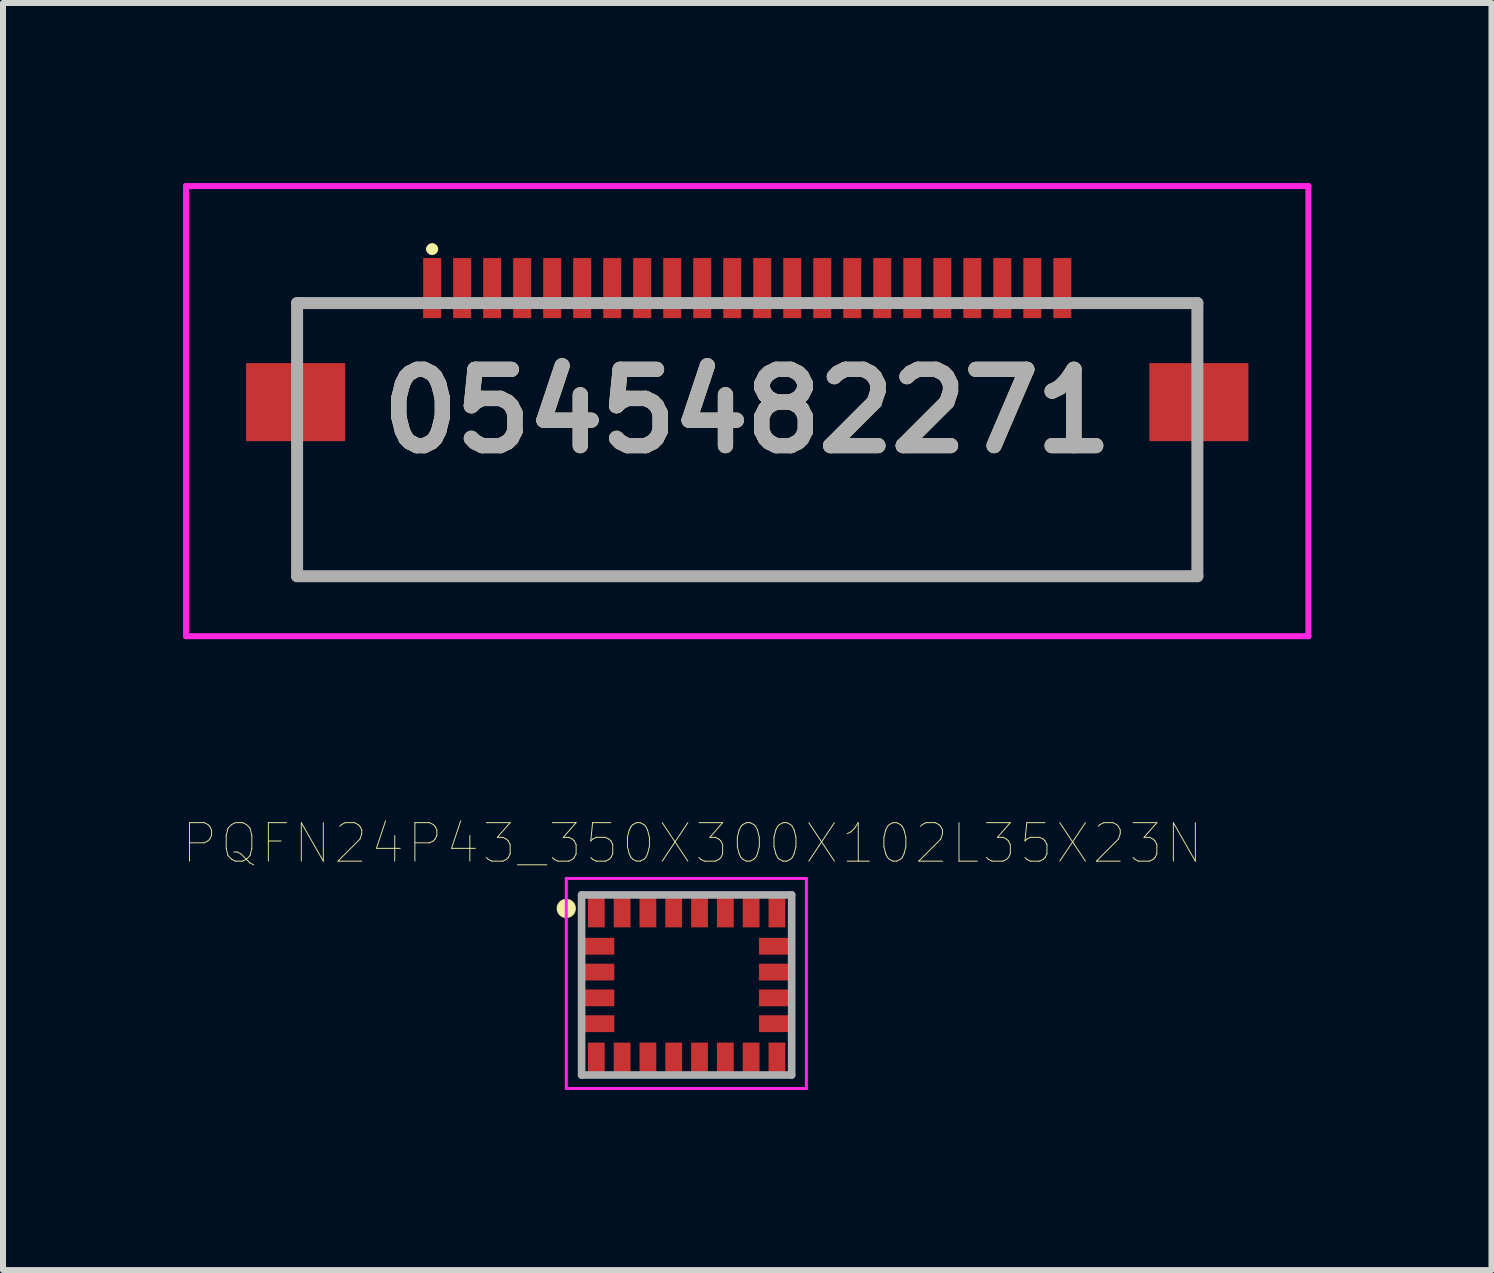
<source format=kicad_pcb>
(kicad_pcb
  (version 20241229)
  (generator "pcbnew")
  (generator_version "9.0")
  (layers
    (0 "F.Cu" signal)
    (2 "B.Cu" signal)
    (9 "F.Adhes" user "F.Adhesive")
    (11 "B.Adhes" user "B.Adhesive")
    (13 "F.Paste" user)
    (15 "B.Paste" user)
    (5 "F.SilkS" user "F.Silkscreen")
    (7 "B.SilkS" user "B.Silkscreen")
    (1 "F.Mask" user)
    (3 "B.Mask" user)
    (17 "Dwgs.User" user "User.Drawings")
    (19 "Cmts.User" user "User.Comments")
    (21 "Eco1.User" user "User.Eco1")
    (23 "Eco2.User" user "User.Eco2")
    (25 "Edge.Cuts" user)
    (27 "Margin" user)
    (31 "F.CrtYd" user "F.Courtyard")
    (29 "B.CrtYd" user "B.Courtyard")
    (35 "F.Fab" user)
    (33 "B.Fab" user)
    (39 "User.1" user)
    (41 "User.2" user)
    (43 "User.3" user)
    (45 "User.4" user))
  (footprint "PQFN24P43_350X300X102L35X23N"
    (layer "F.Cu")
    (at 8.39 13.361)
    (property "Reference" "PQFN24P43_350X300X102L35X23N" (at 0.097 -2.359 0) (layer "F.SilkS") (effects (font (size 0.641 0.641) (thickness 0.015))))
    (attr through_hole)
    (fp_poly (pts (xy -1.695 0.92) (xy -1.32 0.92) (xy -1.32 1.535) (xy -1.695 1.535)) (stroke (width 0.01) (type solid)) (fill yes) (layer "F.Mask"))
    (fp_poly (pts (xy -1.694 -1.53) (xy -1.32 -1.53) (xy -1.32 -0.922) (xy -1.694 -0.922)) (stroke (width 0.01) (type solid)) (fill yes) (layer "F.Mask"))
    (fp_poly (pts (xy -1.664 0.34) (xy -1.29 0.34) (xy -1.29 0.952) (xy -1.664 0.952)) (stroke (width 0.01) (type solid)) (fill yes) (layer "F.Mask"))
    (fp_poly (pts (xy -1.664 -0.52) (xy -1.29 -0.52) (xy -1.29 0.09) (xy -1.664 0.09)) (stroke (width 0.01) (type solid)) (fill yes) (layer "F.Mask"))
    (fp_poly (pts (xy -1.663 -0.95) (xy -1.29 -0.95) (xy -1.29 -0.341) (xy -1.663 -0.341)) (stroke (width 0.01) (type solid)) (fill yes) (layer "F.Mask"))
    (fp_poly (pts (xy -1.662 -0.09) (xy -1.29 -0.09) (xy -1.29 0.521) (xy -1.662 0.521)) (stroke (width 0.01) (type solid)) (fill yes) (layer "F.Mask"))
    (fp_poly (pts (xy -1.262 -1.53) (xy -0.89 -1.53) (xy -0.89 -0.922) (xy -1.262 -0.922)) (stroke (width 0.01) (type solid)) (fill yes) (layer "F.Mask"))
    (fp_poly (pts (xy -1.261 0.92) (xy -0.89 0.92) (xy -0.89 1.532) (xy -1.261 1.532)) (stroke (width 0.01) (type solid)) (fill yes) (layer "F.Mask"))
    (fp_poly (pts (xy -0.832 -1.53) (xy -0.46 -1.53) (xy -0.46 -0.922) (xy -0.832 -0.922)) (stroke (width 0.01) (type solid)) (fill yes) (layer "F.Mask"))
    (fp_poly (pts (xy -0.831 0.92) (xy -0.46 0.92) (xy -0.46 1.532) (xy -0.831 1.532)) (stroke (width 0.01) (type solid)) (fill yes) (layer "F.Mask"))
    (fp_poly (pts (xy -0.401 -1.53) (xy -0.03 -1.53) (xy -0.03 -0.923) (xy -0.401 -0.923)) (stroke (width 0.01) (type solid)) (fill yes) (layer "F.Mask"))
    (fp_poly (pts (xy -0.401 0.92) (xy -0.03 0.92) (xy -0.03 1.532) (xy -0.401 1.532)) (stroke (width 0.01) (type solid)) (fill yes) (layer "F.Mask"))
    (fp_poly (pts (xy 0.03 0.92) (xy 0.4 0.92) (xy 0.4 1.531) (xy 0.03 1.531)) (stroke (width 0.01) (type solid)) (fill yes) (layer "F.Mask"))
    (fp_poly (pts (xy 0.03 -1.53) (xy 0.4 -1.53) (xy 0.4 -0.923) (xy 0.03 -0.923)) (stroke (width 0.01) (type solid)) (fill yes) (layer "F.Mask"))
    (fp_poly (pts (xy 0.461 0.92) (xy 0.83 0.92) (xy 0.83 1.532) (xy 0.461 1.532)) (stroke (width 0.01) (type solid)) (fill yes) (layer "F.Mask"))
    (fp_poly (pts (xy 0.462 -1.53) (xy 0.83 -1.53) (xy 0.83 -0.923) (xy 0.462 -0.923)) (stroke (width 0.01) (type solid)) (fill yes) (layer "F.Mask"))
    (fp_poly (pts (xy 0.891 0.92) (xy 1.26 0.92) (xy 1.26 1.532) (xy 0.891 1.532)) (stroke (width 0.01) (type solid)) (fill yes) (layer "F.Mask"))
    (fp_poly (pts (xy 0.892 -1.53) (xy 1.26 -1.53) (xy 1.26 -0.922) (xy 0.892 -0.922)) (stroke (width 0.01) (type solid)) (fill yes) (layer "F.Mask"))
    (fp_poly (pts (xy 1.282 -0.09) (xy 1.65 -0.09) (xy 1.65 0.521) (xy 1.282 0.521)) (stroke (width 0.01) (type solid)) (fill yes) (layer "F.Mask"))
    (fp_poly (pts (xy 1.283 -0.95) (xy 1.65 -0.95) (xy 1.65 -0.341) (xy 1.283 -0.341)) (stroke (width 0.01) (type solid)) (fill yes) (layer "F.Mask"))
    (fp_poly (pts (xy 1.283 -0.52) (xy 1.65 -0.52) (xy 1.65 0.09) (xy 1.283 0.09)) (stroke (width 0.01) (type solid)) (fill yes) (layer "F.Mask"))
    (fp_poly (pts (xy 1.284 0.34) (xy 1.65 0.34) (xy 1.65 0.953) (xy 1.284 0.953)) (stroke (width 0.01) (type solid)) (fill yes) (layer "F.Mask"))
    (fp_poly (pts (xy 1.321 0.92) (xy 1.69 0.92) (xy 1.69 1.531) (xy 1.321 1.531)) (stroke (width 0.01) (type solid)) (fill yes) (layer "F.Mask"))
    (fp_poly (pts (xy 1.323 -1.53) (xy 1.69 -1.53) (xy 1.69 -0.922) (xy 1.323 -0.922)) (stroke (width 0.01) (type solid)) (fill yes) (layer "F.Mask"))
    (fp_line (start -1.75 -1.5) (end -1.755 -1.475) (stroke (width 0.05) (type solid)) (layer "F.SilkS"))
    (fp_line (start -1.75 -1.075) (end -1.75 -1.5) (stroke (width 0.1) (type solid)) (layer "F.SilkS"))
    (fp_circle (center -2.005 -1.275) (end -1.925 -1.275) (stroke (width 0.16) (type solid)) (fill no) (layer "F.SilkS"))
    (fp_line (start -2.005 -1.775) (end 1.995 -1.775) (stroke (width 0.05) (type solid)) (layer "F.CrtYd"))
    (fp_line (start -2.005 1.725) (end -2.005 -1.775) (stroke (width 0.05) (type solid)) (layer "F.CrtYd"))
    (fp_line (start 1.995 -1.775) (end 1.995 1.725) (stroke (width 0.05) (type solid)) (layer "F.CrtYd"))
    (fp_line (start 1.995 1.725) (end -2.005 1.725) (stroke (width 0.05) (type solid)) (layer "F.CrtYd"))
    (fp_line (start -1.75 -1.5) (end 1.75 -1.5) (stroke (width 0.127) (type solid)) (layer "F.Fab"))
    (fp_line (start -1.75 1.5) (end -1.75 -1.5) (stroke (width 0.127) (type solid)) (layer "F.Fab"))
    (fp_line (start 1.75 -1.5) (end 1.75 1.5) (stroke (width 0.127) (type solid)) (layer "F.Fab"))
    (fp_line (start 1.75 1.5) (end -1.75 1.5) (stroke (width 0.127) (type solid)) (layer "F.Fab"))
    (pad "1" smd rect (at -1.505 -1.225) (size 0.28 0.53) (layers "F.Cu" "F.Paste"))
    (pad "2" smd rect (at -1.47 -0.645) (size 0.53 0.28) (layers "F.Cu" "F.Paste"))
    (pad "3" smd rect (at -1.47 -0.215) (size 0.53 0.28) (layers "F.Cu" "F.Paste"))
    (pad "4" smd rect (at -1.47 0.215) (size 0.53 0.28) (layers "F.Cu" "F.Paste"))
    (pad "5" smd rect (at -1.47 0.645) (size 0.53 0.28) (layers "F.Cu" "F.Paste"))
    (pad "6" smd rect (at -1.505 1.225) (size 0.28 0.53) (layers "F.Cu" "F.Paste"))
    (pad "7" smd rect (at -1.075 1.225) (size 0.28 0.53) (layers "F.Cu" "F.Paste"))
    (pad "8" smd rect (at -0.645 1.225) (size 0.28 0.53) (layers "F.Cu" "F.Paste"))
    (pad "9" smd rect (at -0.215 1.225) (size 0.28 0.53) (layers "F.Cu" "F.Paste"))
    (pad "10" smd rect (at 0.215 1.225) (size 0.28 0.53) (layers "F.Cu" "F.Paste"))
    (pad "11" smd rect (at 0.645 1.225) (size 0.28 0.53) (layers "F.Cu" "F.Paste"))
    (pad "12" smd rect (at 1.075 1.225) (size 0.28 0.53) (layers "F.Cu" "F.Paste"))
    (pad "13" smd rect (at 1.505 1.225) (size 0.28 0.53) (layers "F.Cu" "F.Paste"))
    (pad "14" smd rect (at 1.47 0.645) (size 0.53 0.28) (layers "F.Cu" "F.Paste"))
    (pad "15" smd rect (at 1.47 0.215) (size 0.53 0.28) (layers "F.Cu" "F.Paste"))
    (pad "16" smd rect (at 1.47 -0.215) (size 0.53 0.28) (layers "F.Cu" "F.Paste"))
    (pad "17" smd rect (at 1.47 -0.645) (size 0.53 0.28) (layers "F.Cu" "F.Paste"))
    (pad "18" smd rect (at 1.505 -1.225) (size 0.28 0.53) (layers "F.Cu" "F.Paste"))
    (pad "19" smd rect (at 1.075 -1.225) (size 0.28 0.53) (layers "F.Cu" "F.Paste"))
    (pad "20" smd rect (at 0.645 -1.225) (size 0.28 0.53) (layers "F.Cu" "F.Paste"))
    (pad "21" smd rect (at 0.215 -1.225) (size 0.28 0.53) (layers "F.Cu" "F.Paste"))
    (pad "22" smd rect (at -0.215 -1.225) (size 0.28 0.53) (layers "F.Cu" "F.Paste"))
    (pad "23" smd rect (at -0.645 -1.225) (size 0.28 0.53) (layers "F.Cu" "F.Paste"))
    (pad "24" smd rect (at -1.075 -1.225) (size 0.28 0.53) (layers "F.Cu" "F.Paste")))
  (footprint "0545482271"
    (layer "F.Cu")
    (at 9.4 3.8)
    (property "Reference" "0545482271" (at 0 0 0) (layer "F.SilkS") (effects (font (size 1.27 1.27) (thickness 0.254))))
    (attr smd)
    (fp_line (start -7.5 -1.8) (end -6 -1.8) (stroke (width 0.1) (type solid)) (layer "F.SilkS"))
    (fp_line (start -7.5 -1.05) (end -7.5 -1.8) (stroke (width 0.1) (type solid)) (layer "F.SilkS"))
    (fp_line (start -7.5 0.7) (end -7.5 2.75) (stroke (width 0.1) (type solid)) (layer "F.SilkS"))
    (fp_line (start -7.5 2.75) (end 7.5 2.75) (stroke (width 0.1) (type solid)) (layer "F.SilkS"))
    (fp_line (start -5.3 -2.7) (end -5.3 -2.7) (stroke (width 0.1) (type solid)) (layer "F.SilkS"))
    (fp_line (start -5.2 -2.7) (end -5.2 -2.7) (stroke (width 0.1) (type solid)) (layer "F.SilkS"))
    (fp_line (start 7.5 -1.8) (end 6 -1.8) (stroke (width 0.1) (type solid)) (layer "F.SilkS"))
    (fp_line (start 7.5 2.75) (end 7.5 0.7) (stroke (width 0.1) (type solid)) (layer "F.SilkS"))
    (fp_line (start 7.525 -1.05) (end 7.5 -1.8) (stroke (width 0.1) (type solid)) (layer "F.SilkS"))
    (fp_arc (start -5.3 -2.7) (mid -5.25 -2.75) (end -5.2 -2.7) (stroke (width 0.1) (type solid)) (layer "F.SilkS"))
    (fp_arc (start -5.2 -2.7) (mid -5.25 -2.65) (end -5.3 -2.7) (stroke (width 0.1) (type solid)) (layer "F.SilkS"))
    (fp_line (start -9.35 -3.75) (end 9.35 -3.75) (stroke (width 0.1) (type solid)) (layer "F.CrtYd"))
    (fp_line (start -9.35 3.75) (end -9.35 -3.75) (stroke (width 0.1) (type solid)) (layer "F.CrtYd"))
    (fp_line (start 9.35 -3.75) (end 9.35 3.75) (stroke (width 0.1) (type solid)) (layer "F.CrtYd"))
    (fp_line (start 9.35 3.75) (end -9.35 3.75) (stroke (width 0.1) (type solid)) (layer "F.CrtYd"))
    (fp_line (start -7.5 -1.8) (end 7.5 -1.8) (stroke (width 0.2) (type solid)) (layer "F.Fab"))
    (fp_line (start -7.5 2.75) (end -7.5 -1.8) (stroke (width 0.2) (type solid)) (layer "F.Fab"))
    (fp_line (start 7.5 -1.8) (end 7.5 2.75) (stroke (width 0.2) (type solid)) (layer "F.Fab"))
    (fp_line (start 7.5 2.75) (end -7.5 2.75) (stroke (width 0.2) (type solid)) (layer "F.Fab"))
    (fp_text user "${REFERENCE}" (at 0 0 0) (layer "F.Fab") (effects (font (size 1.27 1.27) (thickness 0.254))))
    (pad "1" smd rect (at -5.25 -2.05) (size 0.3 1) (layers "F.Cu" "F.Mask" "F.Paste"))
    (pad "2" smd rect (at -4.75 -2.05) (size 0.3 1) (layers "F.Cu" "F.Mask" "F.Paste"))
    (pad "3" smd rect (at -4.25 -2.05) (size 0.3 1) (layers "F.Cu" "F.Mask" "F.Paste"))
    (pad "4" smd rect (at -3.75 -2.05) (size 0.3 1) (layers "F.Cu" "F.Mask" "F.Paste"))
    (pad "5" smd rect (at -3.25 -2.05) (size 0.3 1) (layers "F.Cu" "F.Mask" "F.Paste"))
    (pad "6" smd rect (at -2.75 -2.05) (size 0.3 1) (layers "F.Cu" "F.Mask" "F.Paste"))
    (pad "7" smd rect (at -2.25 -2.05) (size 0.3 1) (layers "F.Cu" "F.Mask" "F.Paste"))
    (pad "8" smd rect (at -1.75 -2.05) (size 0.3 1) (layers "F.Cu" "F.Mask" "F.Paste"))
    (pad "9" smd rect (at -1.25 -2.05) (size 0.3 1) (layers "F.Cu" "F.Mask" "F.Paste"))
    (pad "10" smd rect (at -0.75 -2.05) (size 0.3 1) (layers "F.Cu" "F.Mask" "F.Paste"))
    (pad "11" smd rect (at -0.25 -2.05) (size 0.3 1) (layers "F.Cu" "F.Mask" "F.Paste"))
    (pad "12" smd rect (at 0.25 -2.05) (size 0.3 1) (layers "F.Cu" "F.Mask" "F.Paste"))
    (pad "13" smd rect (at 0.75 -2.05) (size 0.3 1) (layers "F.Cu" "F.Mask" "F.Paste"))
    (pad "14" smd rect (at 1.25 -2.05) (size 0.3 1) (layers "F.Cu" "F.Mask" "F.Paste"))
    (pad "15" smd rect (at 1.75 -2.05) (size 0.3 1) (layers "F.Cu" "F.Mask" "F.Paste"))
    (pad "16" smd rect (at 2.25 -2.05) (size 0.3 1) (layers "F.Cu" "F.Mask" "F.Paste"))
    (pad "17" smd rect (at 2.75 -2.05) (size 0.3 1) (layers "F.Cu" "F.Mask" "F.Paste"))
    (pad "18" smd rect (at 3.25 -2.05) (size 0.3 1) (layers "F.Cu" "F.Mask" "F.Paste"))
    (pad "19" smd rect (at 3.75 -2.05) (size 0.3 1) (layers "F.Cu" "F.Mask" "F.Paste"))
    (pad "20" smd rect (at 4.25 -2.05) (size 0.3 1) (layers "F.Cu" "F.Mask" "F.Paste"))
    (pad "21" smd rect (at 4.75 -2.05) (size 0.3 1) (layers "F.Cu" "F.Mask" "F.Paste"))
    (pad "22" smd rect (at 5.25 -2.05) (size 0.3 1) (layers "F.Cu" "F.Mask" "F.Paste"))
    (pad "23" smd rect (at -7.525 -0.15 90) (size 1.3 1.65) (layers "F.Cu" "F.Mask" "F.Paste"))
    (pad "24" smd rect (at 7.525 -0.15 90) (size 1.3 1.65) (layers "F.Cu" "F.Mask" "F.Paste")))
  (gr_rect
    (start -3 -3)
    (end 21.8 18.111)
    (stroke (width 0.1) (type default))
    (fill no)
    (layer "Edge.Cuts")))
</source>
